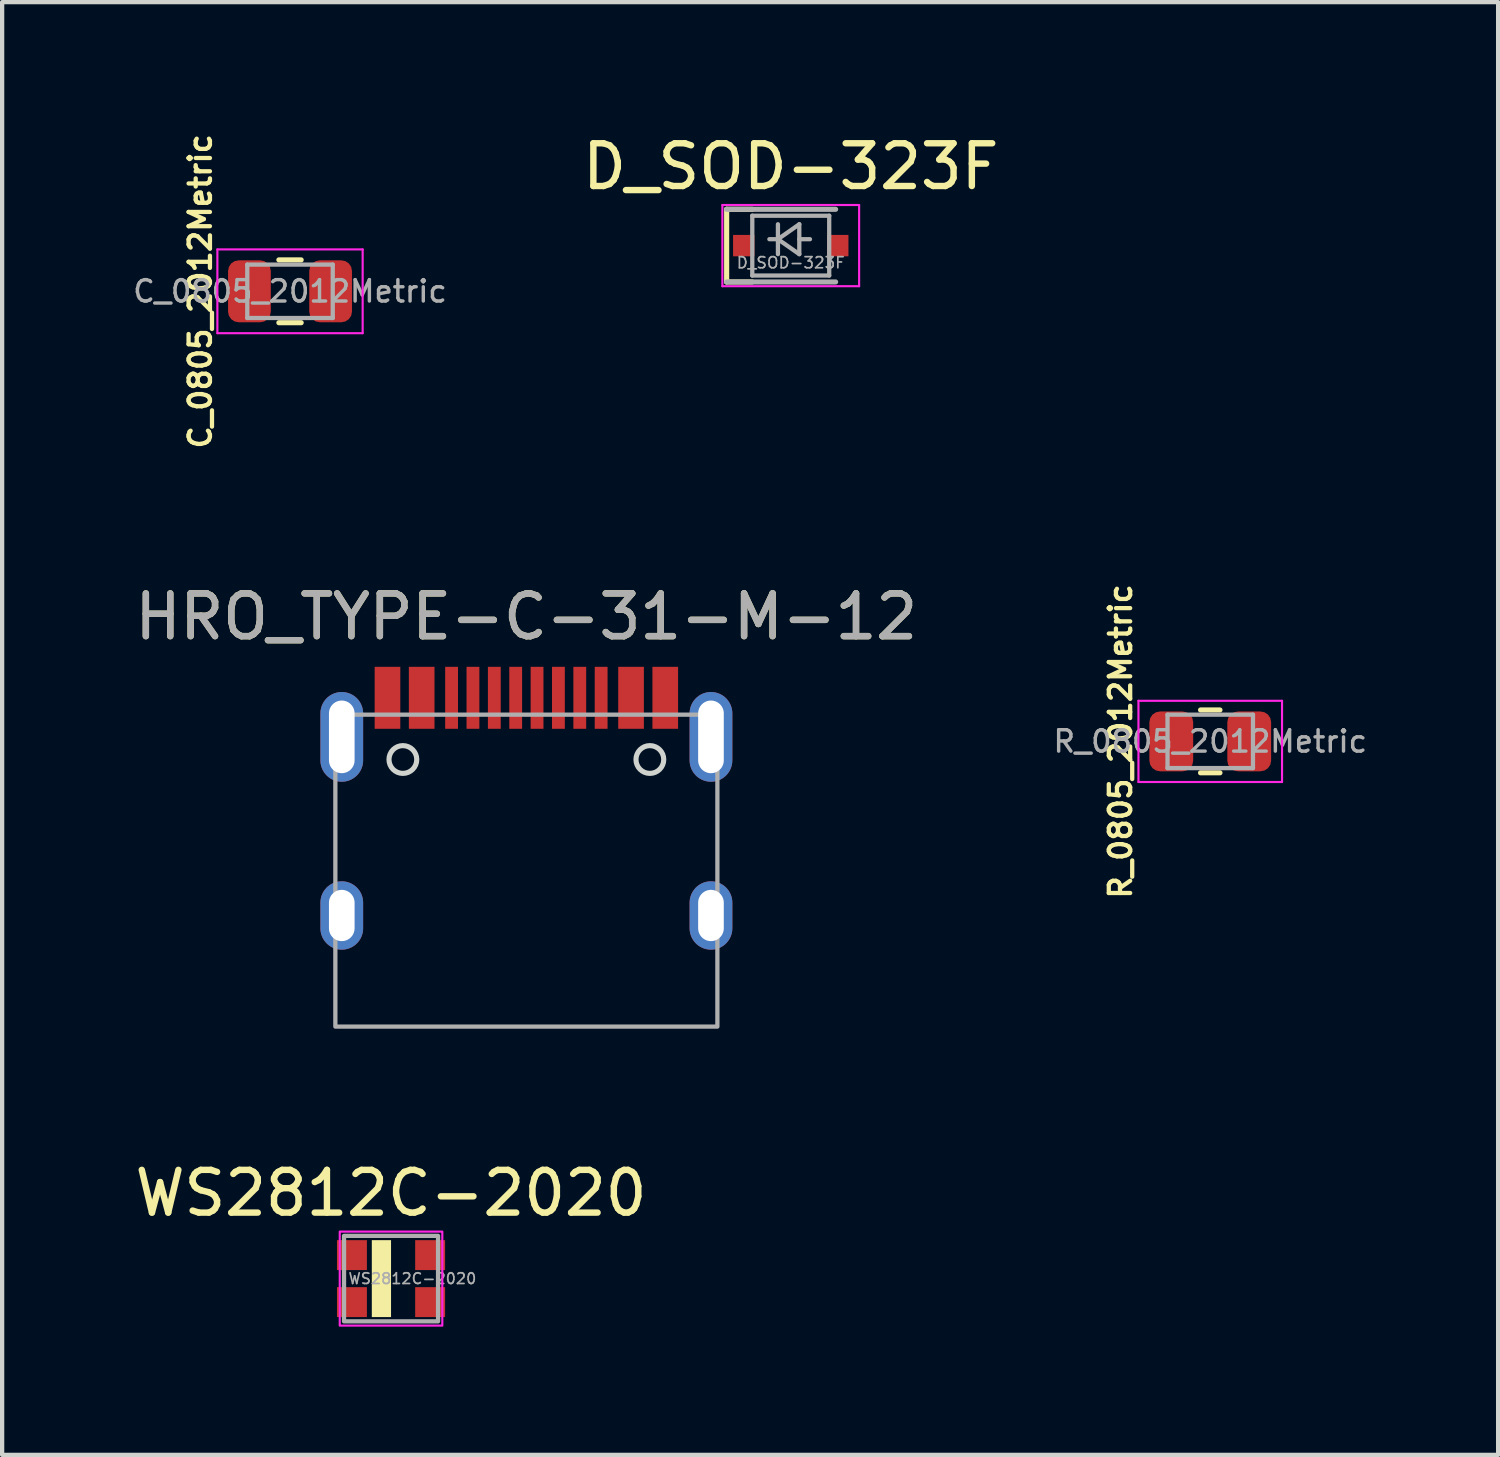
<source format=kicad_pcb>
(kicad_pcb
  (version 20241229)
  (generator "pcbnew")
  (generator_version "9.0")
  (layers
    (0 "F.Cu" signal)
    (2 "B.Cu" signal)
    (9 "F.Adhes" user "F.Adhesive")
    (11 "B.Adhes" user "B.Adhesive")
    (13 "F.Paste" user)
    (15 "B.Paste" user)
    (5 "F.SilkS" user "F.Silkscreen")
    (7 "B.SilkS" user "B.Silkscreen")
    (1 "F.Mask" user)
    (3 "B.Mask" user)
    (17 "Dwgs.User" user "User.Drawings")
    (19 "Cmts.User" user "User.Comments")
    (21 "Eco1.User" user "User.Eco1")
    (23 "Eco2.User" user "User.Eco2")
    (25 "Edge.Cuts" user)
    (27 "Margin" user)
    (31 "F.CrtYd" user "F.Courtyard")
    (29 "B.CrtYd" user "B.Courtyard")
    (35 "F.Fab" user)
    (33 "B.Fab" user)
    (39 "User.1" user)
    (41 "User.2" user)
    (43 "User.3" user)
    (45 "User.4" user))
  (footprint "WS2812C-2020"
    (layer "F.Cu")
    (at 6.101 26.872)
    (property "Reference" "WS2812C-2020" (at 0 -2 0) (layer "F.SilkS") (effects (font (size 1 1) (thickness 0.15))))
    (attr smd)
    (fp_rect (start 0 -0.9) (end -0.45 0.9) (stroke (width 0) (type solid)) (fill yes) (layer "F.SilkS"))
    (fp_rect (start -1.2 -1.1) (end 1.2 1.1) (stroke (width 0.05) (type solid)) (fill no) (layer "F.CrtYd"))
    (fp_rect (start -1.1 -1) (end 1.1 1) (stroke (width 0.1) (type solid)) (fill no) (layer "F.Fab"))
    (fp_text user "${REFERENCE}" (at 0.5 0 0) (layer "F.Fab") (effects (font (size 0.25 0.25) (thickness 0.04))))
    (pad "1" smd rect (at 0.915 -0.55) (size 0.7 0.7) (layers "F.Cu" "F.Mask" "F.Paste"))
    (pad "2" smd rect (at -0.915 -0.55) (size 0.7 0.7) (layers "F.Cu" "F.Mask" "F.Paste"))
    (pad "3" smd rect (at -0.915 0.55) (size 0.7 0.7) (layers "F.Cu" "F.Mask" "F.Paste"))
    (pad "4" smd rect (at 0.915 0.55) (size 0.7 0.7) (layers "F.Cu" "F.Mask" "F.Paste")))
  (footprint "C_0805_2012Metric"
    (layer "F.Cu")
    (at 3.737 3.767)
    (property "Reference" "C_0805_2012Metric" (at -2.1 0 90) (layer "F.SilkS") (effects (font (size 0.5 0.5) (thickness 0.1))))
    (attr smd)
    (fp_line (start -0.261 -0.735) (end 0.261 -0.735) (stroke (width 0.12) (type solid)) (layer "F.SilkS"))
    (fp_line (start -0.261 0.735) (end 0.261 0.735) (stroke (width 0.12) (type solid)) (layer "F.SilkS"))
    (fp_line (start -1.7 -0.98) (end 1.7 -0.98) (stroke (width 0.05) (type solid)) (layer "F.CrtYd"))
    (fp_line (start -1.7 0.98) (end -1.7 -0.98) (stroke (width 0.05) (type solid)) (layer "F.CrtYd"))
    (fp_line (start 1.7 -0.98) (end 1.7 0.98) (stroke (width 0.05) (type solid)) (layer "F.CrtYd"))
    (fp_line (start 1.7 0.98) (end -1.7 0.98) (stroke (width 0.05) (type solid)) (layer "F.CrtYd"))
    (fp_line (start -1 -0.625) (end 1 -0.625) (stroke (width 0.1) (type solid)) (layer "F.Fab"))
    (fp_line (start -1 0.625) (end -1 -0.625) (stroke (width 0.1) (type solid)) (layer "F.Fab"))
    (fp_line (start 1 -0.625) (end 1 0.625) (stroke (width 0.1) (type solid)) (layer "F.Fab"))
    (fp_line (start 1 0.625) (end -1 0.625) (stroke (width 0.1) (type solid)) (layer "F.Fab"))
    (fp_text user "${REFERENCE}" (at 0 0 0) (layer "F.Fab") (effects (font (size 0.5 0.5) (thickness 0.08))))
    (pad "1" smd roundrect (at -0.95 0) (size 1 1.45) (layers "F.Cu" "F.Mask" "F.Paste") (roundrect_rratio 0.25))
    (pad "2" smd roundrect (at 0.95 0) (size 1 1.45) (layers "F.Cu" "F.Mask" "F.Paste") (roundrect_rratio 0.25)))
  (footprint "D_SOD-323F"
    (layer "F.Cu")
    (at 15.455 2.698)
    (property "Reference" "D_SOD-323F" (at 0 -1.85 180) (layer "F.SilkS") (effects (font (size 1 1) (thickness 0.15))))
    (attr smd)
    (fp_line (start -1.5 -0.85) (end -1.5 0.85) (stroke (width 0.12) (type solid)) (layer "F.SilkS"))
    (fp_line (start -0.9 -0.85) (end -1.5 -0.85) (stroke (width 0.12) (type solid)) (layer "F.SilkS"))
    (fp_line (start -0.9 0.85) (end -1.5 0.85) (stroke (width 0.12) (type solid)) (layer "F.SilkS"))
    (fp_line (start -1.6 -0.95) (end -1.6 0.95) (stroke (width 0.05) (type solid)) (layer "F.CrtYd"))
    (fp_line (start -1.6 -0.95) (end 1.6 -0.95) (stroke (width 0.05) (type solid)) (layer "F.CrtYd"))
    (fp_line (start -1.6 0.95) (end 1.6 0.95) (stroke (width 0.05) (type solid)) (layer "F.CrtYd"))
    (fp_line (start 1.6 -0.95) (end 1.6 0.95) (stroke (width 0.05) (type solid)) (layer "F.CrtYd"))
    (fp_line (start -1.5 -0.85) (end 1.05 -0.85) (stroke (width 0.12) (type solid)) (layer "F.Fab"))
    (fp_line (start -1.5 0.85) (end 1.05 0.85) (stroke (width 0.12) (type solid)) (layer "F.Fab"))
    (fp_line (start -0.9 -0.7) (end 0.9 -0.7) (stroke (width 0.1) (type solid)) (layer "F.Fab"))
    (fp_line (start -0.9 0.7) (end -0.9 -0.7) (stroke (width 0.1) (type solid)) (layer "F.Fab"))
    (fp_line (start -0.3 -0.5) (end -0.3 0.2) (stroke (width 0.1) (type solid)) (layer "F.Fab"))
    (fp_line (start -0.3 -0.15) (end -0.5 -0.15) (stroke (width 0.1) (type solid)) (layer "F.Fab"))
    (fp_line (start -0.3 -0.15) (end 0.2 -0.5) (stroke (width 0.1) (type solid)) (layer "F.Fab"))
    (fp_line (start 0.2 -0.5) (end 0.2 0.2) (stroke (width 0.1) (type solid)) (layer "F.Fab"))
    (fp_line (start 0.2 -0.15) (end 0.45 -0.15) (stroke (width 0.1) (type solid)) (layer "F.Fab"))
    (fp_line (start 0.2 0.2) (end -0.3 -0.15) (stroke (width 0.1) (type solid)) (layer "F.Fab"))
    (fp_line (start 0.9 -0.7) (end 0.9 0.7) (stroke (width 0.1) (type solid)) (layer "F.Fab"))
    (fp_line (start 0.9 0.7) (end -0.9 0.7) (stroke (width 0.1) (type solid)) (layer "F.Fab"))
    (fp_text user "${REFERENCE}" (at 0 0.4 0) (layer "F.Fab") (effects (font (size 0.26 0.26) (thickness 0.04))))
    (pad "1" smd rect (at -1.1 0) (size 0.5 0.5) (layers "F.Cu" "F.Mask" "F.Paste"))
    (pad "2" smd rect (at 1.1 0) (size 0.5 0.5) (layers "F.Cu" "F.Mask" "F.Paste")))
  (footprint "HRO_TYPE-C-31-M-12"
    (layer "F.Cu")
    (at 9.268 15.827)
    (property "Reference" "HRO_TYPE-C-31-M-12" (at 0 -4.445 0) (unlocked yes) (layer "F.SilkS") (effects (font (size 1 1) (thickness 0.15))))
    (attr smd)
    (fp_circle (center -2.89 -1.103) (end -2.565 -1.103) (stroke (width 0.12) (type solid)) (fill no) (layer "Edge.Cuts"))
    (fp_circle (center 2.89 -1.103) (end 3.215 -1.103) (stroke (width 0.12) (type solid)) (fill no) (layer "Edge.Cuts"))
    (fp_rect (start -4.47 -2.152) (end 4.47 5.147) (stroke (width 0.1) (type solid)) (fill no) (layer "F.Fab"))
    (fp_text user "${REFERENCE}" (at 0 -4.445 0) (unlocked yes) (layer "F.Fab") (effects (font (size 1 1) (thickness 0.15))))
    (pad "A1/B12" smd rect (at -3.25 -2.547) (size 0.6 1.45) (layers "F.Cu" "F.Mask" "F.Paste"))
    (pad "A4/B9" smd rect (at -2.45 -2.547) (size 0.6 1.45) (layers "F.Cu" "F.Mask" "F.Paste"))
    (pad "A5" smd rect (at -1.25 -2.547) (size 0.3 1.45) (layers "F.Cu" "F.Mask" "F.Paste"))
    (pad "A6" smd rect (at -0.25 -2.547) (size 0.3 1.45) (layers "F.Cu" "F.Mask" "F.Paste"))
    (pad "A7" smd rect (at 0.25 -2.547) (size 0.3 1.45) (layers "F.Cu" "F.Mask" "F.Paste"))
    (pad "A8" smd rect (at 1.25 -2.547) (size 0.3 1.45) (layers "F.Cu" "F.Mask" "F.Paste"))
    (pad "A9/B4" smd rect (at 2.45 -2.547) (size 0.6 1.45) (layers "F.Cu" "F.Mask" "F.Paste"))
    (pad "A12/B1" smd rect (at 3.25 -2.547) (size 0.6 1.45) (layers "F.Cu" "F.Mask" "F.Paste"))
    (pad "B5" smd rect (at 1.75 -2.547) (size 0.3 1.45) (layers "F.Cu" "F.Mask" "F.Paste"))
    (pad "B6" smd rect (at 0.75 -2.547) (size 0.3 1.45) (layers "F.Cu" "F.Mask" "F.Paste"))
    (pad "B7" smd rect (at -0.75 -2.547) (size 0.3 1.45) (layers "F.Cu" "F.Mask" "F.Paste"))
    (pad "B8" smd rect (at -1.75 -2.547) (size 0.3 1.45) (layers "F.Cu" "F.Mask" "F.Paste"))
    (pad "MP" thru_hole oval (at -4.32 -1.633) (size 1 2.1) (drill oval 0.6 1.7) (layers "*.Cu" "*.Mask"))
    (pad "MP" thru_hole oval (at -4.32 2.547) (size 1 1.6) (drill oval 0.6 1.2) (layers "*.Cu" "*.Mask"))
    (pad "MP" thru_hole oval (at 4.32 -1.633) (size 1 2.1) (drill oval 0.6 1.7) (layers "*.Cu" "*.Mask"))
    (pad "MP" thru_hole oval (at 4.32 2.547) (size 1 1.6) (drill oval 0.6 1.2) (layers "*.Cu" "*.Mask")))
  (footprint "R_0805_2012Metric"
    (layer "F.Cu")
    (at 25.272 14.3)
    (property "Reference" "R_0805_2012Metric" (at -2.1 0 90) (layer "F.SilkS") (effects (font (size 0.5 0.5) (thickness 0.1))))
    (attr smd)
    (fp_line (start -0.227 -0.735) (end 0.227 -0.735) (stroke (width 0.12) (type solid)) (layer "F.SilkS"))
    (fp_line (start -0.227 0.735) (end 0.227 0.735) (stroke (width 0.12) (type solid)) (layer "F.SilkS"))
    (fp_line (start -1.68 -0.95) (end 1.68 -0.95) (stroke (width 0.05) (type solid)) (layer "F.CrtYd"))
    (fp_line (start -1.68 0.95) (end -1.68 -0.95) (stroke (width 0.05) (type solid)) (layer "F.CrtYd"))
    (fp_line (start 1.68 -0.95) (end 1.68 0.95) (stroke (width 0.05) (type solid)) (layer "F.CrtYd"))
    (fp_line (start 1.68 0.95) (end -1.68 0.95) (stroke (width 0.05) (type solid)) (layer "F.CrtYd"))
    (fp_line (start -1 -0.625) (end 1 -0.625) (stroke (width 0.1) (type solid)) (layer "F.Fab"))
    (fp_line (start -1 0.625) (end -1 -0.625) (stroke (width 0.1) (type solid)) (layer "F.Fab"))
    (fp_line (start 1 -0.625) (end 1 0.625) (stroke (width 0.1) (type solid)) (layer "F.Fab"))
    (fp_line (start 1 0.625) (end -1 0.625) (stroke (width 0.1) (type solid)) (layer "F.Fab"))
    (fp_text user "${REFERENCE}" (at 0 0 0) (layer "F.Fab") (effects (font (size 0.5 0.5) (thickness 0.08))))
    (pad "1" smd roundrect (at -0.912 0) (size 1.025 1.4) (layers "F.Cu" "F.Mask" "F.Paste") (roundrect_rratio 0.244))
    (pad "2" smd roundrect (at 0.912 0) (size 1.025 1.4) (layers "F.Cu" "F.Mask" "F.Paste") (roundrect_rratio 0.244)))
  (gr_rect
    (start -3 -3)
    (end 32.009 30.997)
    (stroke (width 0.1) (type default))
    (fill no)
    (layer "Edge.Cuts")))
</source>
